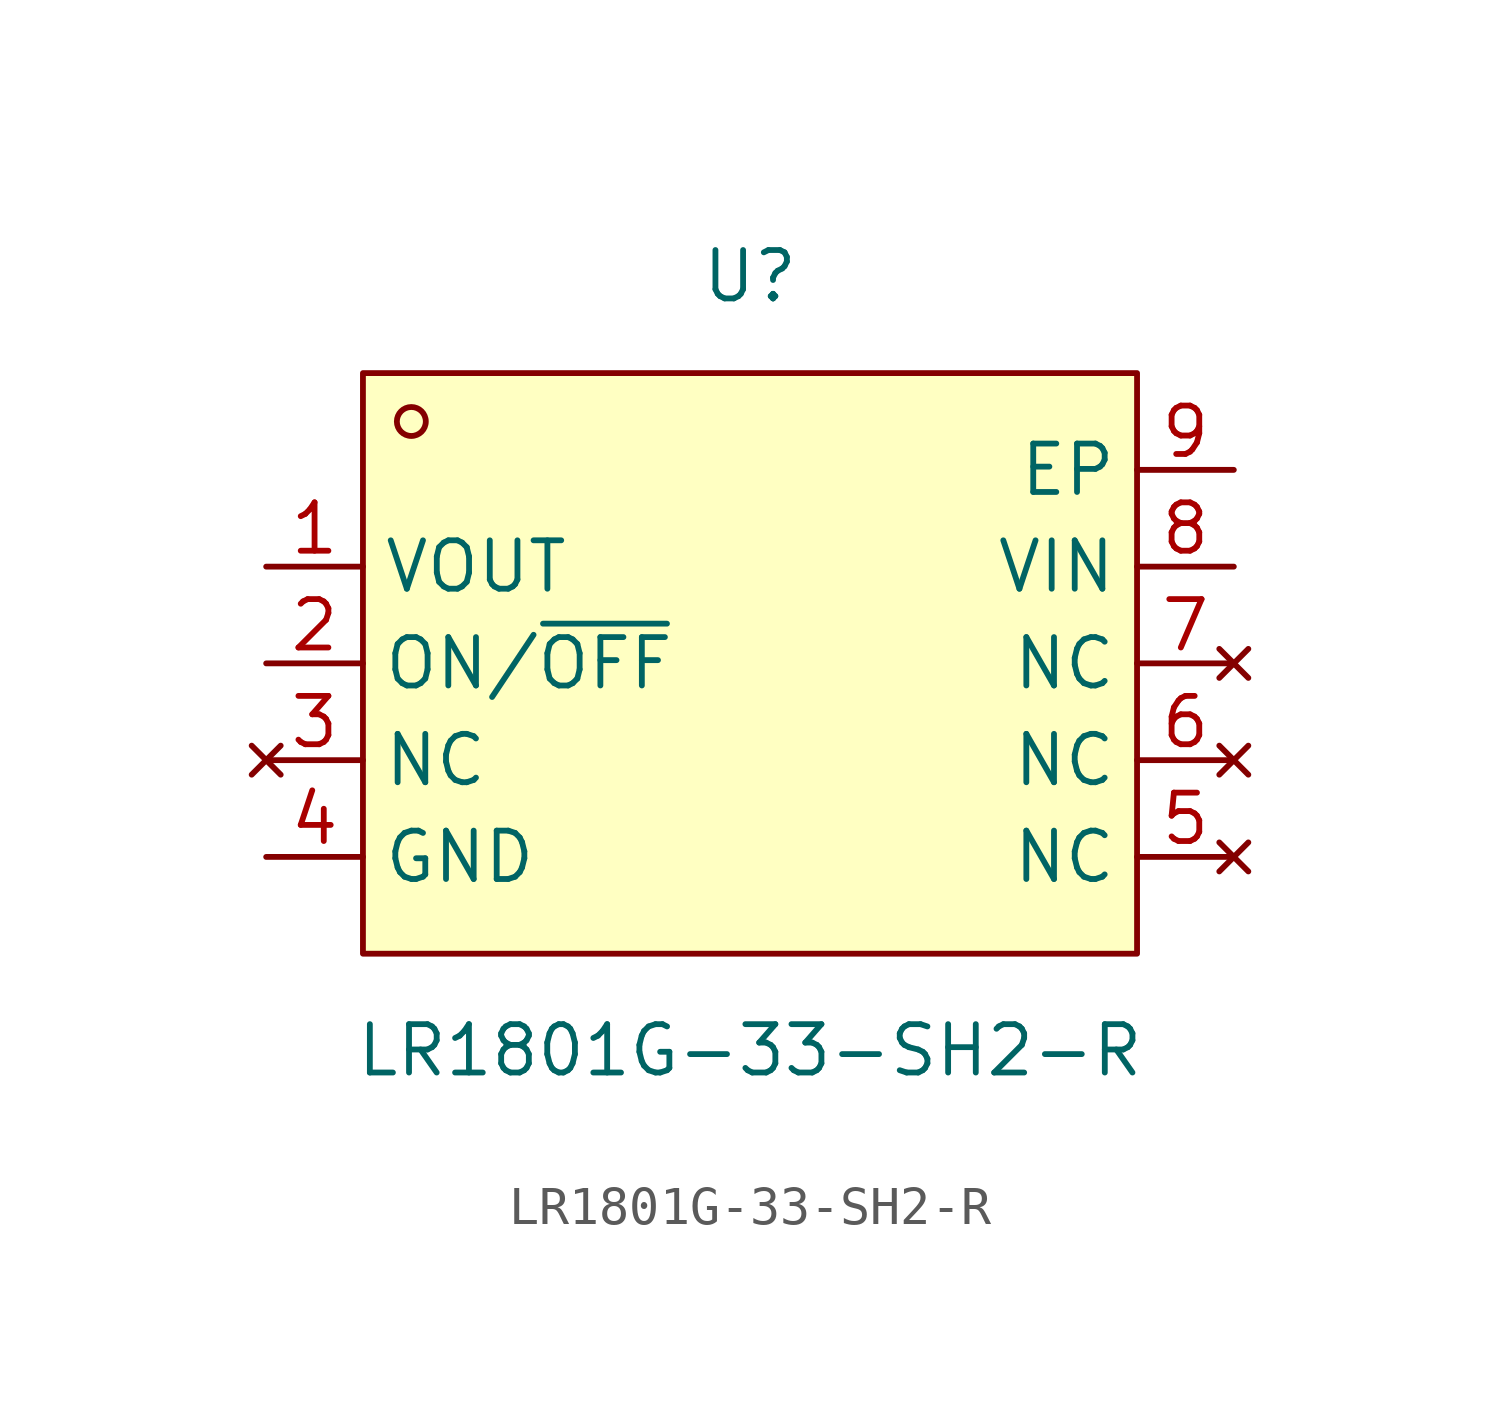
<source format=kicad_sym>
(kicad_symbol_lib
  (version 20231120)
  (generator "kicad_symbol_editor")
  (generator_version "8.0")
  (symbol "LR1801G-33-SH2-R"
    (property "Reference" "U"
      (at 0 10.16 0)
      (effects (font (size 1.27 1.27))))
    (property "Value" "LR1801G-33-SH2-R"
      (at 0 -10.16 0)
      (effects (font (size 1.27 1.27))))
    (symbol "LR1801G-33-SH2-R_0_1"
      (rectangle (start -10.16 7.62) (end 10.16 -7.62) (stroke (width 0) (type default)) (fill (type background)))
      (circle (center -8.89 6.35) (radius 0.38) (stroke (width 0) (type default)) (fill (type none))))
    (symbol "LR1801G-33-SH2-R_1_1"
      (pin output line (at -12.7 2.54 0) (length 2.54) (name "VOUT" (effects (font (size 1.27 1.27)))) (number "1" (effects (font (size 1.27 1.27)))))
      (pin input line (at -12.7 0 0) (length 2.54) (name "ON/~{OFF}" (effects (font (size 1.27 1.27)))) (number "2" (effects (font (size 1.27 1.27)))))
      (pin no_connect line (at -12.7 -2.54 0) (length 2.54) (name "NC" (effects (font (size 1.27 1.27)))) (number "3" (effects (font (size 1.27 1.27)))))
      (pin input line (at -12.7 -5.08 0) (length 2.54) (name "GND" (effects (font (size 1.27 1.27)))) (number "4" (effects (font (size 1.27 1.27)))))
      (pin no_connect line (at 12.7 -5.08 180) (length 2.54) (name "NC" (effects (font (size 1.27 1.27)))) (number "5" (effects (font (size 1.27 1.27)))))
      (pin no_connect line (at 12.7 -2.54 180) (length 2.54) (name "NC" (effects (font (size 1.27 1.27)))) (number "6" (effects (font (size 1.27 1.27)))))
      (pin no_connect line (at 12.7 0 180) (length 2.54) (name "NC" (effects (font (size 1.27 1.27)))) (number "7" (effects (font (size 1.27 1.27)))))
      (pin input line (at 12.7 2.54 180) (length 2.54) (name "VIN" (effects (font (size 1.27 1.27)))) (number "8" (effects (font (size 1.27 1.27)))))
      (pin input line (at 12.7 5.08 180) (length 2.54) (name "EP" (effects (font (size 1.27 1.27)))) (number "9" (effects (font (size 1.27 1.27))))))))
</source>
